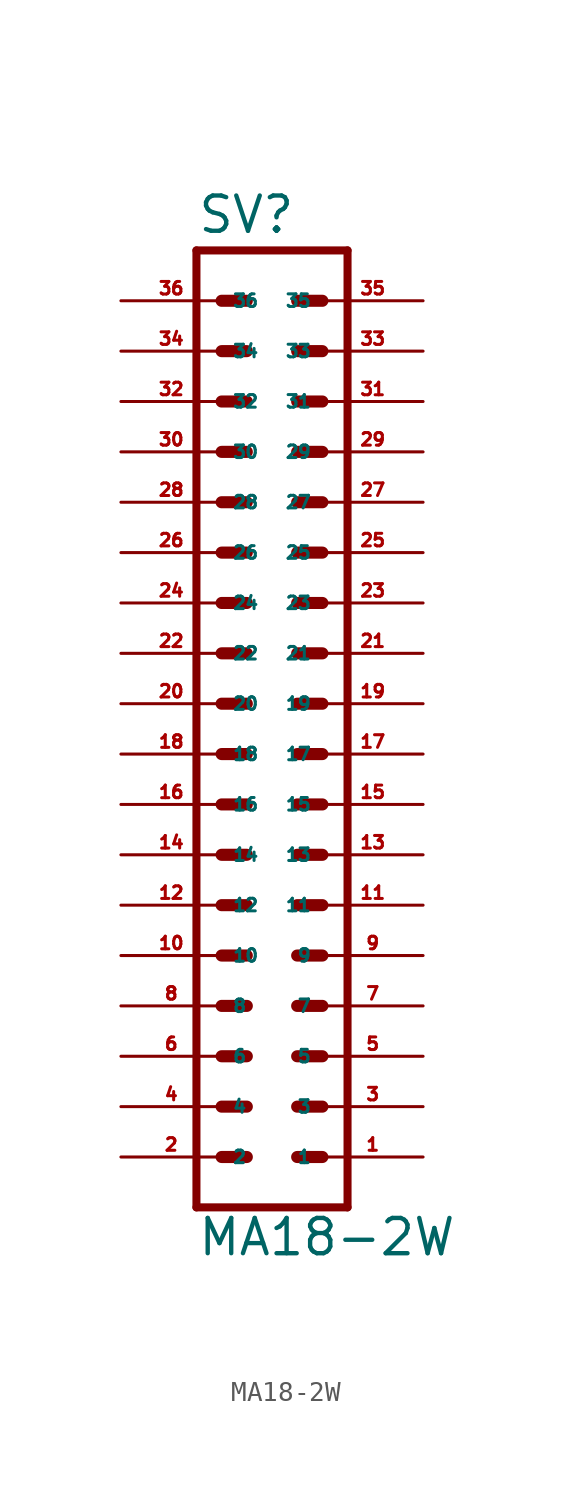
<source format=kicad_sym>
(kicad_symbol_lib
  (version 20220914)
  (generator Eagle2Kicad)
  (symbol "MA18-2W"
    (property "Reference" "SV"
      (at -3.81 26.162 0)
      (effects (font (size 1.778 1.778) (thickness 0.22)) (justify left bottom)))
    (property "Value" "MA18-2W"
      (at -3.81 -25.4 0)
      (effects (font (size 1.778 1.778) (thickness 0.22)) (justify left bottom)))
    (polyline
      (pts (xy 3.81 -22.86) (xy -3.81 -22.86))
      (stroke (width 0.406) (type default))
      (fill (type none)))
    (polyline
      (pts (xy 1.27 -15.24) (xy 2.54 -15.24))
      (stroke (width 0.61) (type default))
      (fill (type none)))
    (polyline
      (pts (xy 1.27 -17.78) (xy 2.54 -17.78))
      (stroke (width 0.61) (type default))
      (fill (type none)))
    (polyline
      (pts (xy 1.27 -20.32) (xy 2.54 -20.32))
      (stroke (width 0.61) (type default))
      (fill (type none)))
    (polyline
      (pts (xy -2.54 -15.24) (xy -1.27 -15.24))
      (stroke (width 0.61) (type default))
      (fill (type none)))
    (polyline
      (pts (xy -2.54 -17.78) (xy -1.27 -17.78))
      (stroke (width 0.61) (type default))
      (fill (type none)))
    (polyline
      (pts (xy -2.54 -20.32) (xy -1.27 -20.32))
      (stroke (width 0.61) (type default))
      (fill (type none)))
    (polyline
      (pts (xy 1.27 -10.16) (xy 2.54 -10.16))
      (stroke (width 0.61) (type default))
      (fill (type none)))
    (polyline
      (pts (xy 1.27 -12.7) (xy 2.54 -12.7))
      (stroke (width 0.61) (type default))
      (fill (type none)))
    (polyline
      (pts (xy -2.54 -10.16) (xy -1.27 -10.16))
      (stroke (width 0.61) (type default))
      (fill (type none)))
    (polyline
      (pts (xy -2.54 -12.7) (xy -1.27 -12.7))
      (stroke (width 0.61) (type default))
      (fill (type none)))
    (polyline
      (pts (xy 1.27 -2.54) (xy 2.54 -2.54))
      (stroke (width 0.61) (type default))
      (fill (type none)))
    (polyline
      (pts (xy 1.27 -5.08) (xy 2.54 -5.08))
      (stroke (width 0.61) (type default))
      (fill (type none)))
    (polyline
      (pts (xy 1.27 -7.62) (xy 2.54 -7.62))
      (stroke (width 0.61) (type default))
      (fill (type none)))
    (polyline
      (pts (xy -2.54 -2.54) (xy -1.27 -2.54))
      (stroke (width 0.61) (type default))
      (fill (type none)))
    (polyline
      (pts (xy -2.54 -5.08) (xy -1.27 -5.08))
      (stroke (width 0.61) (type default))
      (fill (type none)))
    (polyline
      (pts (xy -2.54 -7.62) (xy -1.27 -7.62))
      (stroke (width 0.61) (type default))
      (fill (type none)))
    (polyline
      (pts (xy 1.27 2.54) (xy 2.54 2.54))
      (stroke (width 0.61) (type default))
      (fill (type none)))
    (polyline
      (pts (xy 1.27 0) (xy 2.54 0))
      (stroke (width 0.61) (type default))
      (fill (type none)))
    (polyline
      (pts (xy -2.54 2.54) (xy -1.27 2.54))
      (stroke (width 0.61) (type default))
      (fill (type none)))
    (polyline
      (pts (xy -2.54 0) (xy -1.27 0))
      (stroke (width 0.61) (type default))
      (fill (type none)))
    (polyline
      (pts (xy 1.27 10.16) (xy 2.54 10.16))
      (stroke (width 0.61) (type default))
      (fill (type none)))
    (polyline
      (pts (xy 1.27 7.62) (xy 2.54 7.62))
      (stroke (width 0.61) (type default))
      (fill (type none)))
    (polyline
      (pts (xy 1.27 5.08) (xy 2.54 5.08))
      (stroke (width 0.61) (type default))
      (fill (type none)))
    (polyline
      (pts (xy -2.54 10.16) (xy -1.27 10.16))
      (stroke (width 0.61) (type default))
      (fill (type none)))
    (polyline
      (pts (xy -2.54 7.62) (xy -1.27 7.62))
      (stroke (width 0.61) (type default))
      (fill (type none)))
    (polyline
      (pts (xy -2.54 5.08) (xy -1.27 5.08))
      (stroke (width 0.61) (type default))
      (fill (type none)))
    (polyline
      (pts (xy 1.27 15.24) (xy 2.54 15.24))
      (stroke (width 0.61) (type default))
      (fill (type none)))
    (polyline
      (pts (xy 1.27 12.7) (xy 2.54 12.7))
      (stroke (width 0.61) (type default))
      (fill (type none)))
    (polyline
      (pts (xy -2.54 15.24) (xy -1.27 15.24))
      (stroke (width 0.61) (type default))
      (fill (type none)))
    (polyline
      (pts (xy -2.54 12.7) (xy -1.27 12.7))
      (stroke (width 0.61) (type default))
      (fill (type none)))
    (polyline
      (pts (xy 1.27 20.32) (xy 2.54 20.32))
      (stroke (width 0.61) (type default))
      (fill (type none)))
    (polyline
      (pts (xy 1.27 17.78) (xy 2.54 17.78))
      (stroke (width 0.61) (type default))
      (fill (type none)))
    (polyline
      (pts (xy -2.54 20.32) (xy -1.27 20.32))
      (stroke (width 0.61) (type default))
      (fill (type none)))
    (polyline
      (pts (xy -2.54 17.78) (xy -1.27 17.78))
      (stroke (width 0.61) (type default))
      (fill (type none)))
    (polyline
      (pts (xy -3.81 25.4) (xy -3.81 -22.86))
      (stroke (width 0.406) (type default))
      (fill (type none)))
    (polyline
      (pts (xy 3.81 -22.86) (xy 3.81 25.4))
      (stroke (width 0.406) (type default))
      (fill (type none)))
    (polyline
      (pts (xy -3.81 25.4) (xy 3.81 25.4))
      (stroke (width 0.406) (type default))
      (fill (type none)))
    (polyline
      (pts (xy 1.27 22.86) (xy 2.54 22.86))
      (stroke (width 0.61) (type default))
      (fill (type none)))
    (polyline
      (pts (xy -2.54 22.86) (xy -1.27 22.86))
      (stroke (width 0.61) (type default))
      (fill (type none)))
    (pin passive line
      (at 7.62 -20.32 180)
      (length 5.08)
      (name "1" (effects (font (size 0.635 0.635) (thickness 0.08)) (justify left bottom)))
      (number "1" (effects (font (size 0.635 0.635) (thickness 0.08)) (justify left bottom))))
    (pin passive line
      (at 7.62 -17.78 180)
      (length 5.08)
      (name "3" (effects (font (size 0.635 0.635) (thickness 0.08)) (justify left bottom)))
      (number "3" (effects (font (size 0.635 0.635) (thickness 0.08)) (justify left bottom))))
    (pin passive line
      (at 7.62 -15.24 180)
      (length 5.08)
      (name "5" (effects (font (size 0.635 0.635) (thickness 0.08)) (justify left bottom)))
      (number "5" (effects (font (size 0.635 0.635) (thickness 0.08)) (justify left bottom))))
    (pin passive line
      (at -7.62 -20.32 0)
      (length 5.08)
      (name "2" (effects (font (size 0.635 0.635) (thickness 0.08)) (justify left bottom)))
      (number "2" (effects (font (size 0.635 0.635) (thickness 0.08)) (justify left bottom))))
    (pin passive line
      (at -7.62 -17.78 0)
      (length 5.08)
      (name "4" (effects (font (size 0.635 0.635) (thickness 0.08)) (justify left bottom)))
      (number "4" (effects (font (size 0.635 0.635) (thickness 0.08)) (justify left bottom))))
    (pin passive line
      (at -7.62 -15.24 0)
      (length 5.08)
      (name "6" (effects (font (size 0.635 0.635) (thickness 0.08)) (justify left bottom)))
      (number "6" (effects (font (size 0.635 0.635) (thickness 0.08)) (justify left bottom))))
    (pin passive line
      (at 7.62 -12.7 180)
      (length 5.08)
      (name "7" (effects (font (size 0.635 0.635) (thickness 0.08)) (justify left bottom)))
      (number "7" (effects (font (size 0.635 0.635) (thickness 0.08)) (justify left bottom))))
    (pin passive line
      (at 7.62 -10.16 180)
      (length 5.08)
      (name "9" (effects (font (size 0.635 0.635) (thickness 0.08)) (justify left bottom)))
      (number "9" (effects (font (size 0.635 0.635) (thickness 0.08)) (justify left bottom))))
    (pin passive line
      (at -7.62 -12.7 0)
      (length 5.08)
      (name "8" (effects (font (size 0.635 0.635) (thickness 0.08)) (justify left bottom)))
      (number "8" (effects (font (size 0.635 0.635) (thickness 0.08)) (justify left bottom))))
    (pin passive line
      (at -7.62 -10.16 0)
      (length 5.08)
      (name "10" (effects (font (size 0.635 0.635) (thickness 0.08)) (justify left bottom)))
      (number "10" (effects (font (size 0.635 0.635) (thickness 0.08)) (justify left bottom))))
    (pin passive line
      (at 7.62 -7.62 180)
      (length 5.08)
      (name "11" (effects (font (size 0.635 0.635) (thickness 0.08)) (justify left bottom)))
      (number "11" (effects (font (size 0.635 0.635) (thickness 0.08)) (justify left bottom))))
    (pin passive line
      (at 7.62 -5.08 180)
      (length 5.08)
      (name "13" (effects (font (size 0.635 0.635) (thickness 0.08)) (justify left bottom)))
      (number "13" (effects (font (size 0.635 0.635) (thickness 0.08)) (justify left bottom))))
    (pin passive line
      (at 7.62 -2.54 180)
      (length 5.08)
      (name "15" (effects (font (size 0.635 0.635) (thickness 0.08)) (justify left bottom)))
      (number "15" (effects (font (size 0.635 0.635) (thickness 0.08)) (justify left bottom))))
    (pin passive line
      (at -7.62 -7.62 0)
      (length 5.08)
      (name "12" (effects (font (size 0.635 0.635) (thickness 0.08)) (justify left bottom)))
      (number "12" (effects (font (size 0.635 0.635) (thickness 0.08)) (justify left bottom))))
    (pin passive line
      (at -7.62 -5.08 0)
      (length 5.08)
      (name "14" (effects (font (size 0.635 0.635) (thickness 0.08)) (justify left bottom)))
      (number "14" (effects (font (size 0.635 0.635) (thickness 0.08)) (justify left bottom))))
    (pin passive line
      (at -7.62 -2.54 0)
      (length 5.08)
      (name "16" (effects (font (size 0.635 0.635) (thickness 0.08)) (justify left bottom)))
      (number "16" (effects (font (size 0.635 0.635) (thickness 0.08)) (justify left bottom))))
    (pin passive line
      (at 7.62 0 180)
      (length 5.08)
      (name "17" (effects (font (size 0.635 0.635) (thickness 0.08)) (justify left bottom)))
      (number "17" (effects (font (size 0.635 0.635) (thickness 0.08)) (justify left bottom))))
    (pin passive line
      (at 7.62 2.54 180)
      (length 5.08)
      (name "19" (effects (font (size 0.635 0.635) (thickness 0.08)) (justify left bottom)))
      (number "19" (effects (font (size 0.635 0.635) (thickness 0.08)) (justify left bottom))))
    (pin passive line
      (at -7.62 0 0)
      (length 5.08)
      (name "18" (effects (font (size 0.635 0.635) (thickness 0.08)) (justify left bottom)))
      (number "18" (effects (font (size 0.635 0.635) (thickness 0.08)) (justify left bottom))))
    (pin passive line
      (at -7.62 2.54 0)
      (length 5.08)
      (name "20" (effects (font (size 0.635 0.635) (thickness 0.08)) (justify left bottom)))
      (number "20" (effects (font (size 0.635 0.635) (thickness 0.08)) (justify left bottom))))
    (pin passive line
      (at 7.62 5.08 180)
      (length 5.08)
      (name "21" (effects (font (size 0.635 0.635) (thickness 0.08)) (justify left bottom)))
      (number "21" (effects (font (size 0.635 0.635) (thickness 0.08)) (justify left bottom))))
    (pin passive line
      (at 7.62 7.62 180)
      (length 5.08)
      (name "23" (effects (font (size 0.635 0.635) (thickness 0.08)) (justify left bottom)))
      (number "23" (effects (font (size 0.635 0.635) (thickness 0.08)) (justify left bottom))))
    (pin passive line
      (at 7.62 10.16 180)
      (length 5.08)
      (name "25" (effects (font (size 0.635 0.635) (thickness 0.08)) (justify left bottom)))
      (number "25" (effects (font (size 0.635 0.635) (thickness 0.08)) (justify left bottom))))
    (pin passive line
      (at -7.62 5.08 0)
      (length 5.08)
      (name "22" (effects (font (size 0.635 0.635) (thickness 0.08)) (justify left bottom)))
      (number "22" (effects (font (size 0.635 0.635) (thickness 0.08)) (justify left bottom))))
    (pin passive line
      (at -7.62 7.62 0)
      (length 5.08)
      (name "24" (effects (font (size 0.635 0.635) (thickness 0.08)) (justify left bottom)))
      (number "24" (effects (font (size 0.635 0.635) (thickness 0.08)) (justify left bottom))))
    (pin passive line
      (at -7.62 10.16 0)
      (length 5.08)
      (name "26" (effects (font (size 0.635 0.635) (thickness 0.08)) (justify left bottom)))
      (number "26" (effects (font (size 0.635 0.635) (thickness 0.08)) (justify left bottom))))
    (pin passive line
      (at 7.62 12.7 180)
      (length 5.08)
      (name "27" (effects (font (size 0.635 0.635) (thickness 0.08)) (justify left bottom)))
      (number "27" (effects (font (size 0.635 0.635) (thickness 0.08)) (justify left bottom))))
    (pin passive line
      (at 7.62 15.24 180)
      (length 5.08)
      (name "29" (effects (font (size 0.635 0.635) (thickness 0.08)) (justify left bottom)))
      (number "29" (effects (font (size 0.635 0.635) (thickness 0.08)) (justify left bottom))))
    (pin passive line
      (at -7.62 12.7 0)
      (length 5.08)
      (name "28" (effects (font (size 0.635 0.635) (thickness 0.08)) (justify left bottom)))
      (number "28" (effects (font (size 0.635 0.635) (thickness 0.08)) (justify left bottom))))
    (pin passive line
      (at -7.62 15.24 0)
      (length 5.08)
      (name "30" (effects (font (size 0.635 0.635) (thickness 0.08)) (justify left bottom)))
      (number "30" (effects (font (size 0.635 0.635) (thickness 0.08)) (justify left bottom))))
    (pin passive line
      (at 7.62 17.78 180)
      (length 5.08)
      (name "31" (effects (font (size 0.635 0.635) (thickness 0.08)) (justify left bottom)))
      (number "31" (effects (font (size 0.635 0.635) (thickness 0.08)) (justify left bottom))))
    (pin passive line
      (at 7.62 20.32 180)
      (length 5.08)
      (name "33" (effects (font (size 0.635 0.635) (thickness 0.08)) (justify left bottom)))
      (number "33" (effects (font (size 0.635 0.635) (thickness 0.08)) (justify left bottom))))
    (pin passive line
      (at -7.62 17.78 0)
      (length 5.08)
      (name "32" (effects (font (size 0.635 0.635) (thickness 0.08)) (justify left bottom)))
      (number "32" (effects (font (size 0.635 0.635) (thickness 0.08)) (justify left bottom))))
    (pin passive line
      (at -7.62 20.32 0)
      (length 5.08)
      (name "34" (effects (font (size 0.635 0.635) (thickness 0.08)) (justify left bottom)))
      (number "34" (effects (font (size 0.635 0.635) (thickness 0.08)) (justify left bottom))))
    (pin passive line
      (at 7.62 22.86 180)
      (length 5.08)
      (name "35" (effects (font (size 0.635 0.635) (thickness 0.08)) (justify left bottom)))
      (number "35" (effects (font (size 0.635 0.635) (thickness 0.08)) (justify left bottom))))
    (pin passive line
      (at -7.62 22.86 0)
      (length 5.08)
      (name "36" (effects (font (size 0.635 0.635) (thickness 0.08)) (justify left bottom)))
      (number "36" (effects (font (size 0.635 0.635) (thickness 0.08)) (justify left bottom))))))
</source>
